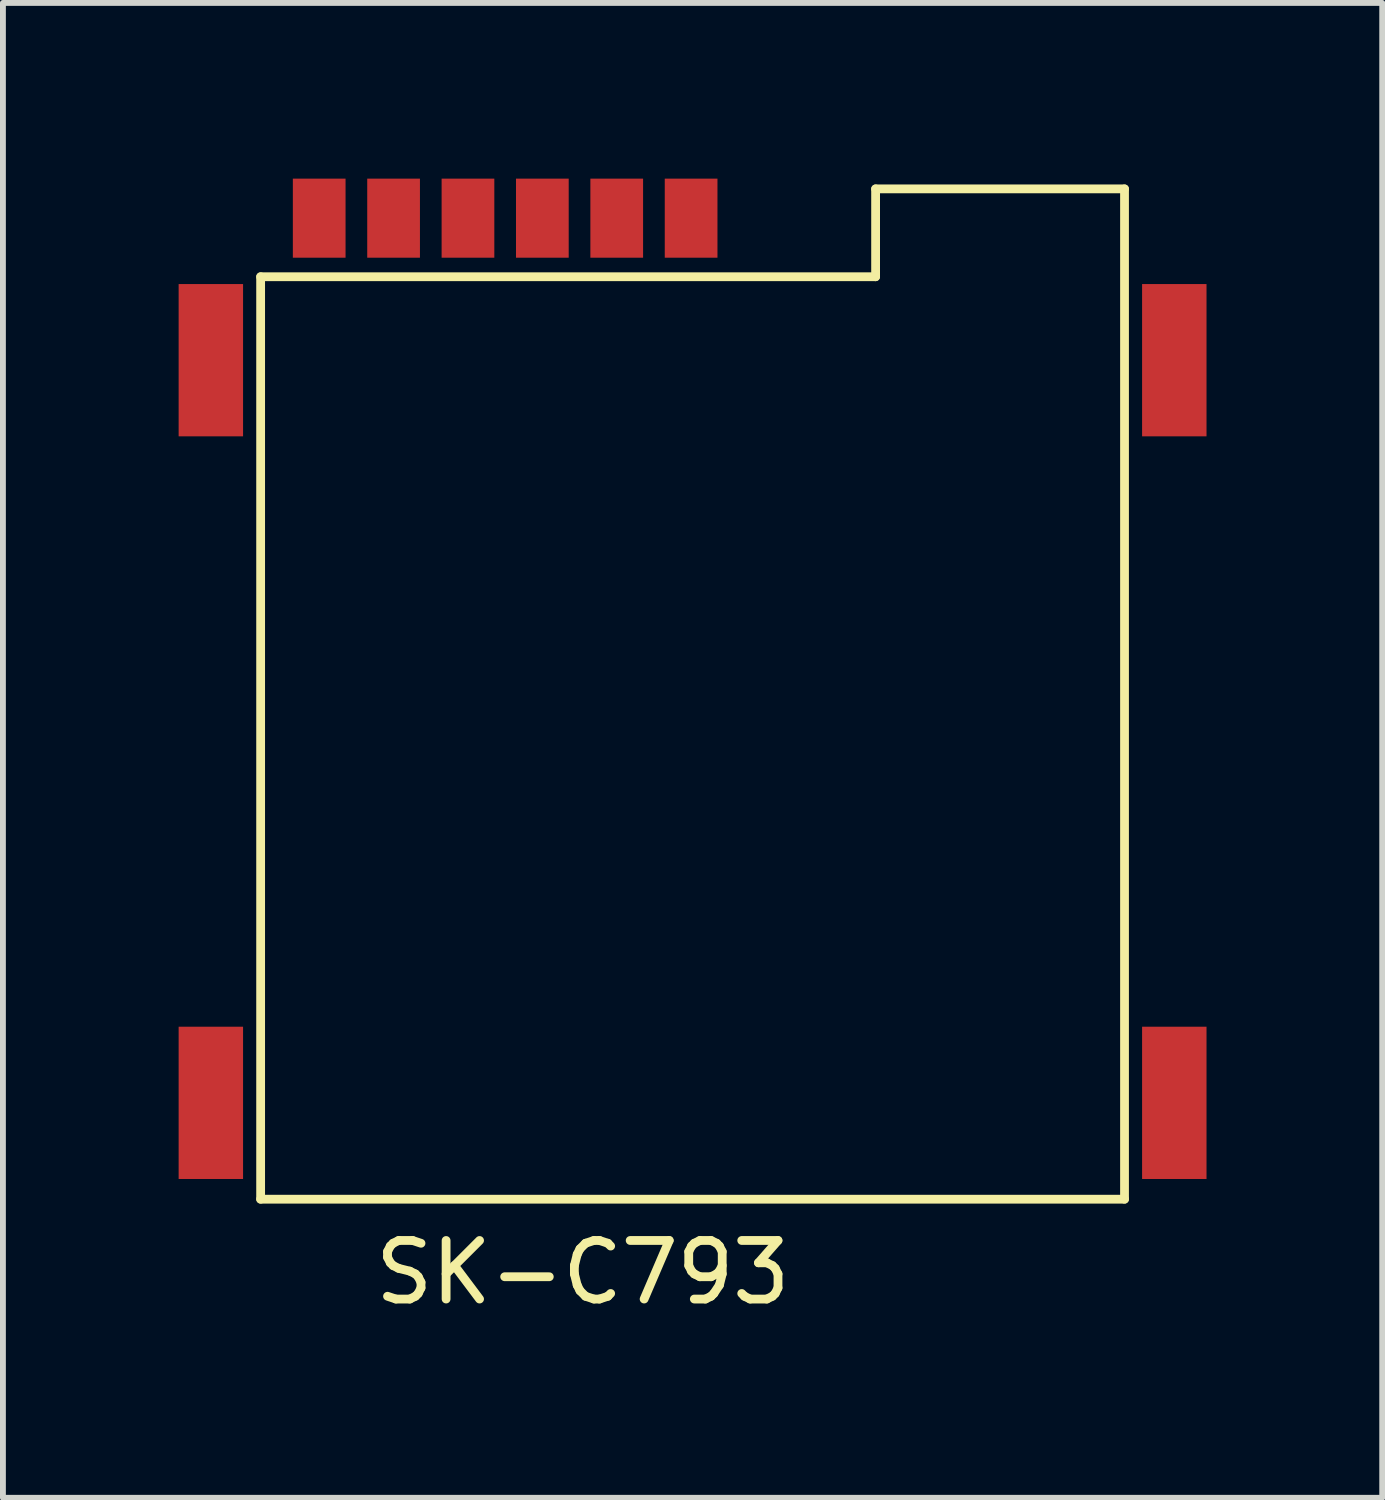
<source format=kicad_pcb>
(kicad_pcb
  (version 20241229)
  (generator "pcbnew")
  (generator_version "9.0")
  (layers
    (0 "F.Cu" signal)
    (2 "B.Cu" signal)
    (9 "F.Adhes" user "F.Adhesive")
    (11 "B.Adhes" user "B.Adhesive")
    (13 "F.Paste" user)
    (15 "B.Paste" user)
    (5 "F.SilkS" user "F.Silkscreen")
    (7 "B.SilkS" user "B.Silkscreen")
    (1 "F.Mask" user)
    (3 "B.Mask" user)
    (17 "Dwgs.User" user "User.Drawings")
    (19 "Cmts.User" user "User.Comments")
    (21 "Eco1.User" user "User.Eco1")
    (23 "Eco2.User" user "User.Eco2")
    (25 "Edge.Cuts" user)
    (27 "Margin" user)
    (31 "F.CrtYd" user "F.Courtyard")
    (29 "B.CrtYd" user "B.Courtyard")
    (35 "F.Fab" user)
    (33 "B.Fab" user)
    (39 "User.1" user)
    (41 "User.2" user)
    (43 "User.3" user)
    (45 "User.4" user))
  (footprint "SK-C793"
    (layer "F.Cu")
    (at 8.65 9.175)
    (property "Reference" "SK-C793" (at -1.75 9.5 0) (layer "F.SilkS") (effects (font (size 1 1) (thickness 0.15))))
    (attr through_hole)
    (fp_line (start -7.25 -7.5) (end -7.25 8.25) (stroke (width 0.15) (type solid)) (layer "F.SilkS"))
    (fp_line (start -7.25 8.25) (end 7.5 8.25) (stroke (width 0.15) (type solid)) (layer "F.SilkS"))
    (fp_line (start 3.25 -9) (end 3.25 -7.5) (stroke (width 0.15) (type solid)) (layer "F.SilkS"))
    (fp_line (start 3.25 -7.5) (end -7.25 -7.5) (stroke (width 0.15) (type solid)) (layer "F.SilkS"))
    (fp_line (start 7.5 -9) (end 3.25 -9) (stroke (width 0.15) (type solid)) (layer "F.SilkS"))
    (fp_line (start 7.5 8.25) (end 7.5 -9) (stroke (width 0.15) (type solid)) (layer "F.SilkS"))
    (pad "1" smd rect (at -4.98 -8.5) (size 0.9 1.35) (layers "F.Cu" "F.Mask" "F.Paste"))
    (pad "2" smd rect (at -2.44 -8.5) (size 0.9 1.35) (layers "F.Cu" "F.Mask" "F.Paste"))
    (pad "3" smd rect (at 0.1 -8.5) (size 0.9 1.35) (layers "F.Cu" "F.Mask" "F.Paste"))
    (pad "5" smd rect (at -6.25 -8.5) (size 0.9 1.35) (layers "F.Cu" "F.Mask" "F.Paste"))
    (pad "6" smd rect (at -3.71 -8.5) (size 0.9 1.35) (layers "F.Cu" "F.Mask" "F.Paste"))
    (pad "7" smd rect (at -1.17 -8.5) (size 0.9 1.35) (layers "F.Cu" "F.Mask" "F.Paste"))
    (pad "8" smd rect (at 8.35 -6.075) (size 1.1 2.6) (layers "F.Cu" "F.Mask" "F.Paste"))
    (pad "9" smd rect (at 8.35 6.605) (size 1.1 2.6) (layers "F.Cu" "F.Mask" "F.Paste"))
    (pad "10" smd rect (at -8.1 6.605) (size 1.1 2.6) (layers "F.Cu" "F.Mask" "F.Paste"))
    (pad "11" smd rect (at -8.1 -6.075) (size 1.1 2.6) (layers "F.Cu" "F.Mask" "F.Paste")))
  (gr_rect
    (start -3 -3)
    (end 20.55 22.523)
    (stroke (width 0.1) (type default))
    (fill no)
    (layer "Edge.Cuts")))
</source>
